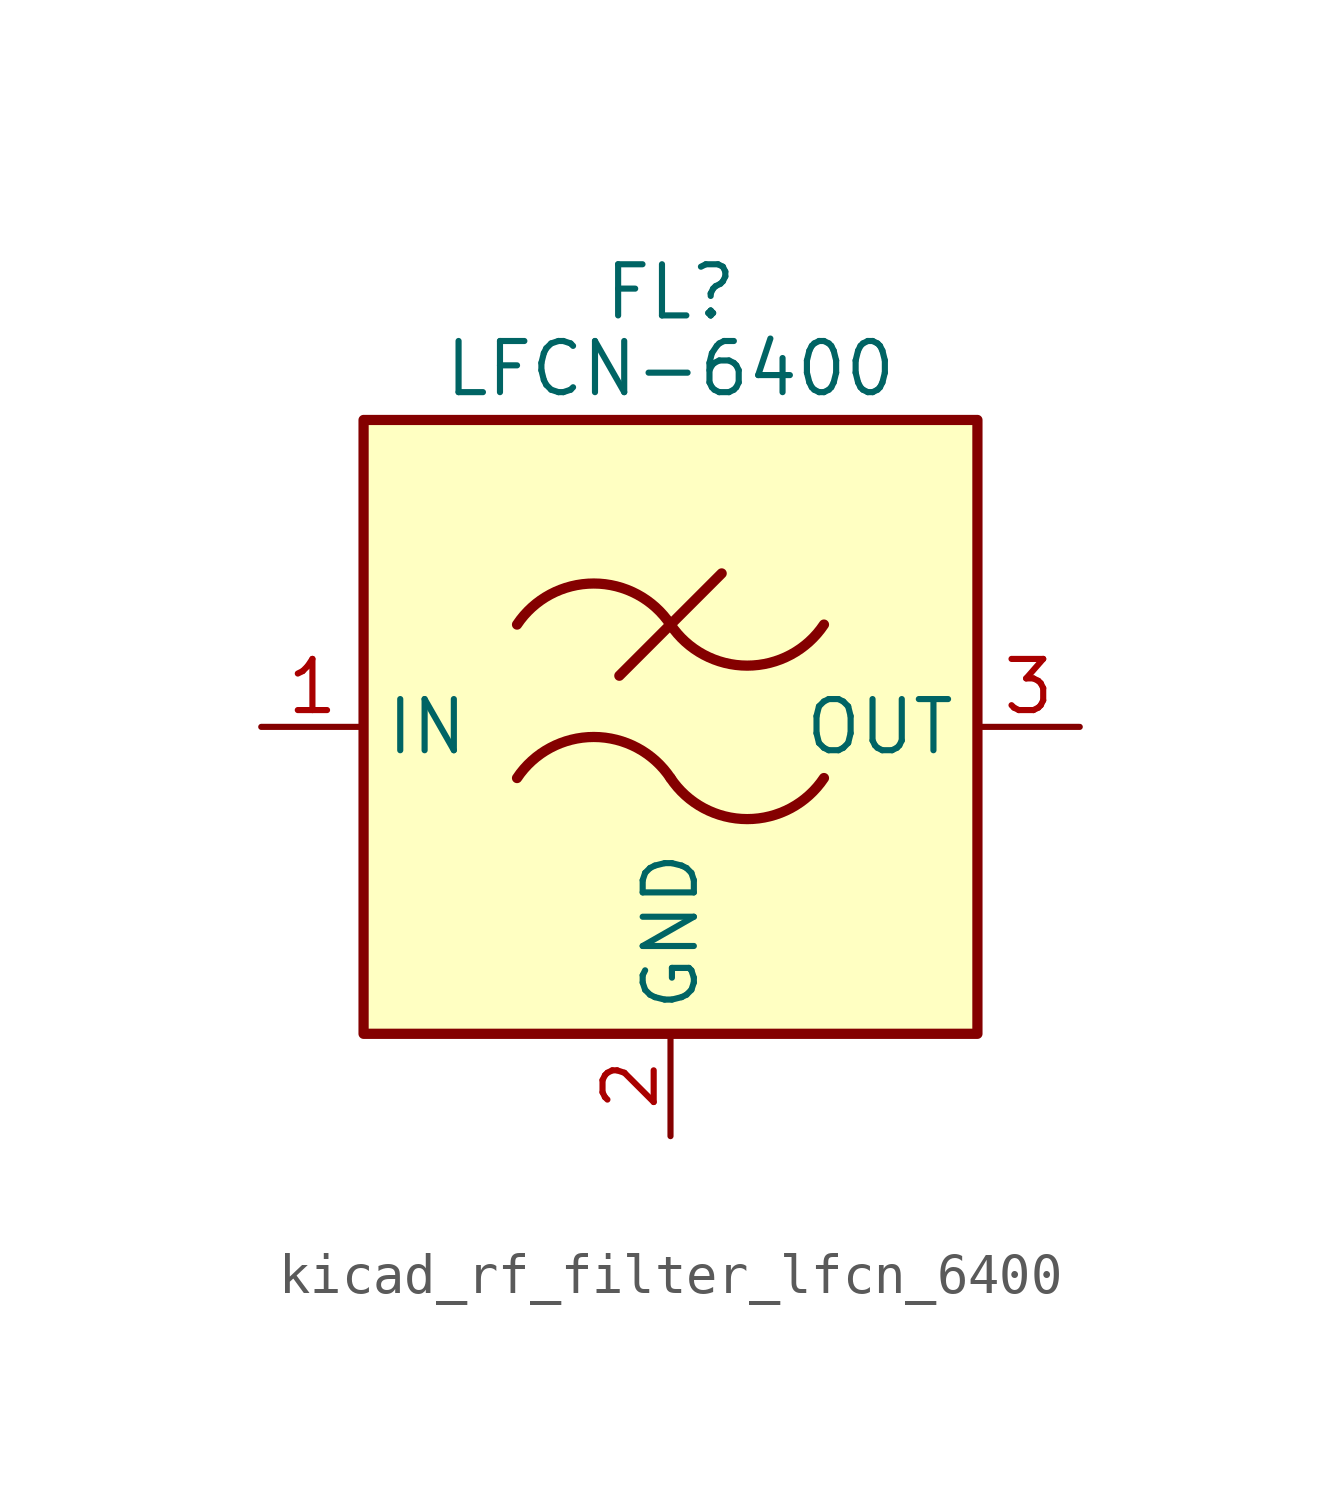
<source format=kicad_sym>
(kicad_symbol_lib
  (version 20220914)
  (generator kicad_symbol_editor)
  (symbol "kicad_rf_filter_lfcn_6400"
    (property "Reference" "FL"
      (at 0 10.795 0)
      (effects (font (size 1.27 1.27))))
    (property "Value" "LFCN-6400"
      (at 0 8.89 0)
      (effects (font (size 1.27 1.27))))
    (symbol "kicad_rf_filter_lfcn_6400_0_1"
      (rectangle (start -7.62 7.62) (end 7.62 -7.62) (stroke (width 0.254) (type default)) (fill (type background)))
      (arc (start 0 -1.27) (mid -1.905 -0.2505) (end -3.81 -1.27) (stroke (width 0.254) (type default)) (fill (type none)))
      (arc (start 0 -1.27) (mid 1.905 -2.2895) (end 3.81 -1.27) (stroke (width 0.254) (type default)) (fill (type none)))
      (polyline (pts (xy -1.27 1.27) (xy 1.27 3.81)) (stroke (width 0.254) (type default)) (fill (type none)))
      (arc (start 0 2.54) (mid -1.905 3.5595) (end -3.81 2.54) (stroke (width 0.254) (type default)) (fill (type none)))
      (arc (start 0 2.54) (mid 1.905 1.5205) (end 3.81 2.54) (stroke (width 0.254) (type default)) (fill (type none))))
    (symbol "kicad_rf_filter_lfcn_6400_1_1"
      (pin passive line (at -10.16 0 0) (length 2.54) (name "IN" (effects (font (size 1.27 1.27)))) (number "1" (effects (font (size 1.27 1.27)))))
      (pin passive line (at 0 -10.16 90) (length 2.54) (name "GND" (effects (font (size 1.27 1.27)))) (number "2" (effects (font (size 1.27 1.27)))))
      (pin passive line (at 10.16 0 180) (length 2.54) (name "OUT" (effects (font (size 1.27 1.27)))) (number "3" (effects (font (size 1.27 1.27)))))
      (pin passive line (at 0 -10.16 90) (length 2.54) hide (name "GND" (effects (font (size 1.27 1.27)))) (number "4" (effects (font (size 1.27 1.27))))))))
</source>
